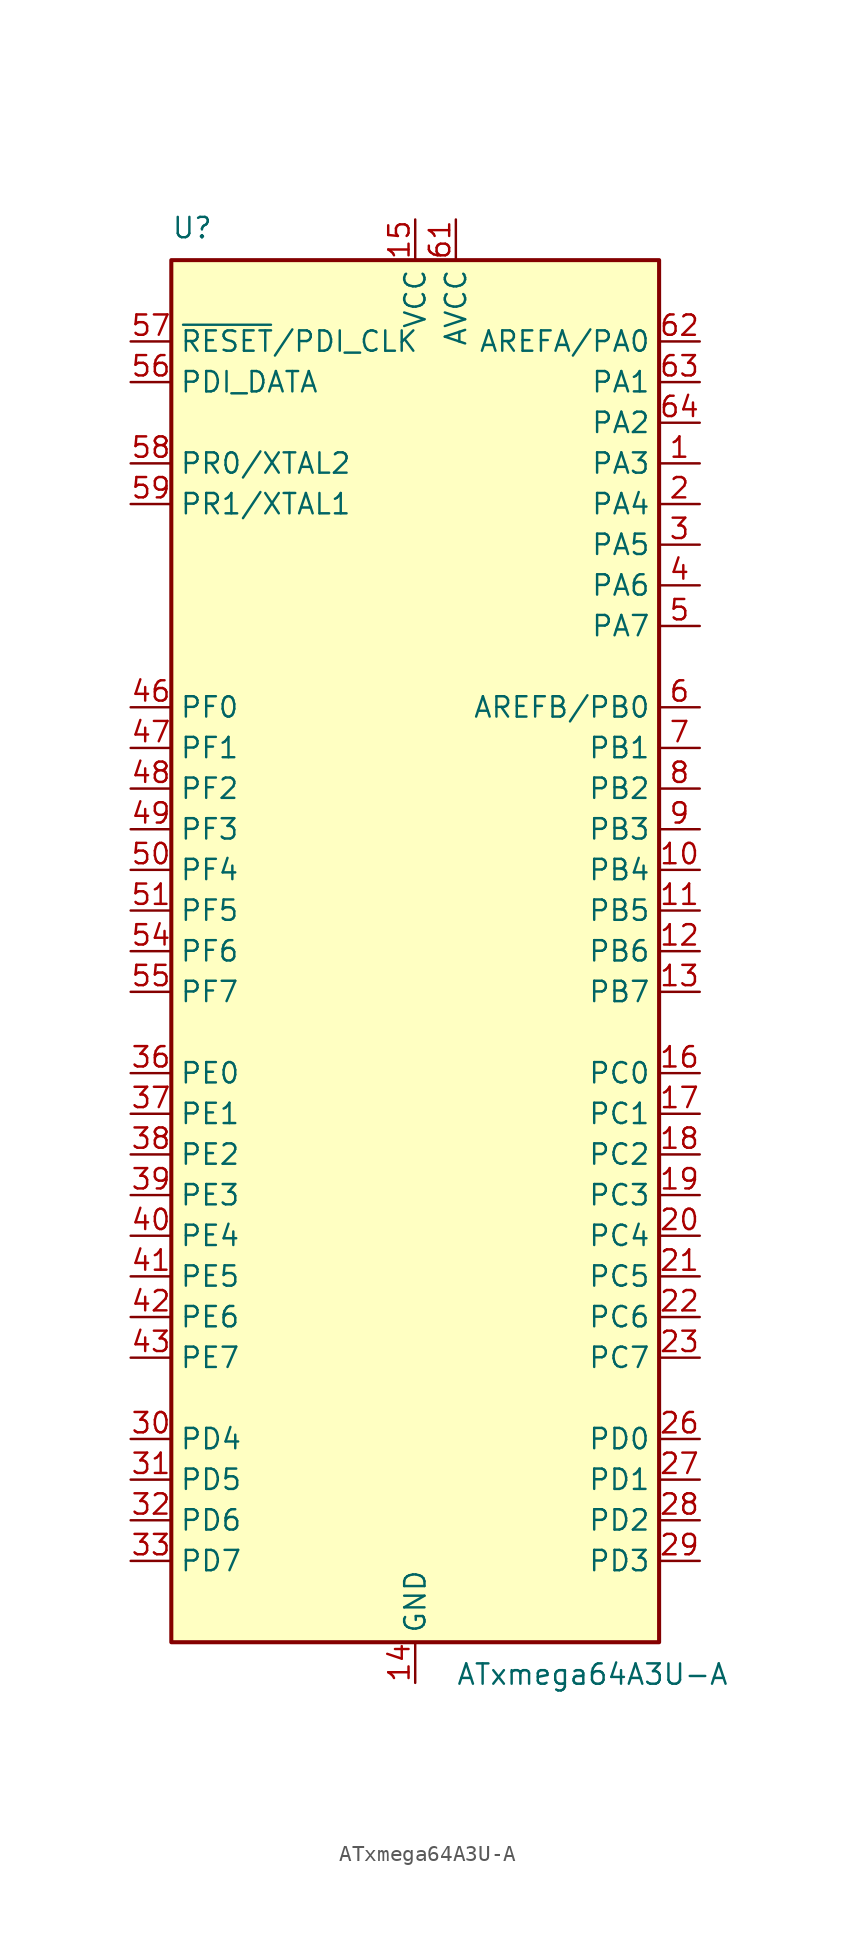
<source format=kicad_sym>
(kicad_symbol_lib
  (version 20231120)
  (generator "kicad_symbol_editor")
  (generator_version "8.0")
  (symbol "ATxmega64A3U-A"
    (property "Reference" "U"
      (at -15.24 44.45 0)
      (effects (font (size 1.27 1.27)) (justify left bottom)))
    (property "Value" "ATxmega64A3U-A"
      (at 2.54 -44.45 0)
      (effects (font (size 1.27 1.27)) (justify left top)))
    (symbol "ATxmega64A3U-A_0_1"
      (rectangle (start -15.24 -43.18) (end 15.24 43.18) (stroke (width 0.254) (type default)) (fill (type background))))
    (symbol "ATxmega64A3U-A_1_1"
      (pin bidirectional line (at 17.78 30.48 180) (length 2.54) (name "PA3" (effects (font (size 1.27 1.27)))) (number "1" (effects (font (size 1.27 1.27)))))
      (pin bidirectional line (at 17.78 5.08 180) (length 2.54) (name "PB4" (effects (font (size 1.27 1.27)))) (number "10" (effects (font (size 1.27 1.27)))))
      (pin bidirectional line (at 17.78 2.54 180) (length 2.54) (name "PB5" (effects (font (size 1.27 1.27)))) (number "11" (effects (font (size 1.27 1.27)))))
      (pin bidirectional line (at 17.78 0 180) (length 2.54) (name "PB6" (effects (font (size 1.27 1.27)))) (number "12" (effects (font (size 1.27 1.27)))))
      (pin bidirectional line (at 17.78 -2.54 180) (length 2.54) (name "PB7" (effects (font (size 1.27 1.27)))) (number "13" (effects (font (size 1.27 1.27)))))
      (pin power_in line (at 0 -45.72 90) (length 2.54) (name "GND" (effects (font (size 1.27 1.27)))) (number "14" (effects (font (size 1.27 1.27)))))
      (pin power_in line (at 0 45.72 270) (length 2.54) (name "VCC" (effects (font (size 1.27 1.27)))) (number "15" (effects (font (size 1.27 1.27)))))
      (pin bidirectional line (at 17.78 -7.62 180) (length 2.54) (name "PC0" (effects (font (size 1.27 1.27)))) (number "16" (effects (font (size 1.27 1.27)))))
      (pin bidirectional line (at 17.78 -10.16 180) (length 2.54) (name "PC1" (effects (font (size 1.27 1.27)))) (number "17" (effects (font (size 1.27 1.27)))))
      (pin bidirectional line (at 17.78 -12.7 180) (length 2.54) (name "PC2" (effects (font (size 1.27 1.27)))) (number "18" (effects (font (size 1.27 1.27)))))
      (pin bidirectional line (at 17.78 -15.24 180) (length 2.54) (name "PC3" (effects (font (size 1.27 1.27)))) (number "19" (effects (font (size 1.27 1.27)))))
      (pin bidirectional line (at 17.78 27.94 180) (length 2.54) (name "PA4" (effects (font (size 1.27 1.27)))) (number "2" (effects (font (size 1.27 1.27)))))
      (pin bidirectional line (at 17.78 -17.78 180) (length 2.54) (name "PC4" (effects (font (size 1.27 1.27)))) (number "20" (effects (font (size 1.27 1.27)))))
      (pin bidirectional line (at 17.78 -20.32 180) (length 2.54) (name "PC5" (effects (font (size 1.27 1.27)))) (number "21" (effects (font (size 1.27 1.27)))))
      (pin bidirectional line (at 17.78 -22.86 180) (length 2.54) (name "PC6" (effects (font (size 1.27 1.27)))) (number "22" (effects (font (size 1.27 1.27)))))
      (pin bidirectional line (at 17.78 -25.4 180) (length 2.54) (name "PC7" (effects (font (size 1.27 1.27)))) (number "23" (effects (font (size 1.27 1.27)))))
      (pin passive line (at 0 -45.72 90) (length 2.54) hide (name "GND" (effects (font (size 1.27 1.27)))) (number "24" (effects (font (size 1.27 1.27)))))
      (pin passive line (at 0 45.72 270) (length 2.54) hide (name "VCC" (effects (font (size 1.27 1.27)))) (number "25" (effects (font (size 1.27 1.27)))))
      (pin bidirectional line (at 17.78 -30.48 180) (length 2.54) (name "PD0" (effects (font (size 1.27 1.27)))) (number "26" (effects (font (size 1.27 1.27)))))
      (pin bidirectional line (at 17.78 -33.02 180) (length 2.54) (name "PD1" (effects (font (size 1.27 1.27)))) (number "27" (effects (font (size 1.27 1.27)))))
      (pin bidirectional line (at 17.78 -35.56 180) (length 2.54) (name "PD2" (effects (font (size 1.27 1.27)))) (number "28" (effects (font (size 1.27 1.27)))))
      (pin bidirectional line (at 17.78 -38.1 180) (length 2.54) (name "PD3" (effects (font (size 1.27 1.27)))) (number "29" (effects (font (size 1.27 1.27)))))
      (pin bidirectional line (at 17.78 25.4 180) (length 2.54) (name "PA5" (effects (font (size 1.27 1.27)))) (number "3" (effects (font (size 1.27 1.27)))))
      (pin bidirectional line (at -17.78 -30.48 0) (length 2.54) (name "PD4" (effects (font (size 1.27 1.27)))) (number "30" (effects (font (size 1.27 1.27)))))
      (pin bidirectional line (at -17.78 -33.02 0) (length 2.54) (name "PD5" (effects (font (size 1.27 1.27)))) (number "31" (effects (font (size 1.27 1.27)))))
      (pin bidirectional line (at -17.78 -35.56 0) (length 2.54) (name "PD6" (effects (font (size 1.27 1.27)))) (number "32" (effects (font (size 1.27 1.27)))))
      (pin bidirectional line (at -17.78 -38.1 0) (length 2.54) (name "PD7" (effects (font (size 1.27 1.27)))) (number "33" (effects (font (size 1.27 1.27)))))
      (pin passive line (at 0 -45.72 90) (length 2.54) hide (name "GND" (effects (font (size 1.27 1.27)))) (number "34" (effects (font (size 1.27 1.27)))))
      (pin passive line (at 0 45.72 270) (length 2.54) hide (name "VCC" (effects (font (size 1.27 1.27)))) (number "35" (effects (font (size 1.27 1.27)))))
      (pin bidirectional line (at -17.78 -7.62 0) (length 2.54) (name "PE0" (effects (font (size 1.27 1.27)))) (number "36" (effects (font (size 1.27 1.27)))))
      (pin bidirectional line (at -17.78 -10.16 0) (length 2.54) (name "PE1" (effects (font (size 1.27 1.27)))) (number "37" (effects (font (size 1.27 1.27)))))
      (pin bidirectional line (at -17.78 -12.7 0) (length 2.54) (name "PE2" (effects (font (size 1.27 1.27)))) (number "38" (effects (font (size 1.27 1.27)))))
      (pin bidirectional line (at -17.78 -15.24 0) (length 2.54) (name "PE3" (effects (font (size 1.27 1.27)))) (number "39" (effects (font (size 1.27 1.27)))))
      (pin bidirectional line (at 17.78 22.86 180) (length 2.54) (name "PA6" (effects (font (size 1.27 1.27)))) (number "4" (effects (font (size 1.27 1.27)))))
      (pin bidirectional line (at -17.78 -17.78 0) (length 2.54) (name "PE4" (effects (font (size 1.27 1.27)))) (number "40" (effects (font (size 1.27 1.27)))))
      (pin bidirectional line (at -17.78 -20.32 0) (length 2.54) (name "PE5" (effects (font (size 1.27 1.27)))) (number "41" (effects (font (size 1.27 1.27)))))
      (pin bidirectional line (at -17.78 -22.86 0) (length 2.54) (name "PE6" (effects (font (size 1.27 1.27)))) (number "42" (effects (font (size 1.27 1.27)))))
      (pin bidirectional line (at -17.78 -25.4 0) (length 2.54) (name "PE7" (effects (font (size 1.27 1.27)))) (number "43" (effects (font (size 1.27 1.27)))))
      (pin passive line (at 0 -45.72 90) (length 2.54) hide (name "GND" (effects (font (size 1.27 1.27)))) (number "44" (effects (font (size 1.27 1.27)))))
      (pin passive line (at 0 45.72 270) (length 2.54) hide (name "VCC" (effects (font (size 1.27 1.27)))) (number "45" (effects (font (size 1.27 1.27)))))
      (pin bidirectional line (at -17.78 15.24 0) (length 2.54) (name "PF0" (effects (font (size 1.27 1.27)))) (number "46" (effects (font (size 1.27 1.27)))))
      (pin bidirectional line (at -17.78 12.7 0) (length 2.54) (name "PF1" (effects (font (size 1.27 1.27)))) (number "47" (effects (font (size 1.27 1.27)))))
      (pin bidirectional line (at -17.78 10.16 0) (length 2.54) (name "PF2" (effects (font (size 1.27 1.27)))) (number "48" (effects (font (size 1.27 1.27)))))
      (pin bidirectional line (at -17.78 7.62 0) (length 2.54) (name "PF3" (effects (font (size 1.27 1.27)))) (number "49" (effects (font (size 1.27 1.27)))))
      (pin bidirectional line (at 17.78 20.32 180) (length 2.54) (name "PA7" (effects (font (size 1.27 1.27)))) (number "5" (effects (font (size 1.27 1.27)))))
      (pin bidirectional line (at -17.78 5.08 0) (length 2.54) (name "PF4" (effects (font (size 1.27 1.27)))) (number "50" (effects (font (size 1.27 1.27)))))
      (pin bidirectional line (at -17.78 2.54 0) (length 2.54) (name "PF5" (effects (font (size 1.27 1.27)))) (number "51" (effects (font (size 1.27 1.27)))))
      (pin passive line (at 0 -45.72 90) (length 2.54) hide (name "GND" (effects (font (size 1.27 1.27)))) (number "52" (effects (font (size 1.27 1.27)))))
      (pin passive line (at 0 45.72 270) (length 2.54) hide (name "VCC" (effects (font (size 1.27 1.27)))) (number "53" (effects (font (size 1.27 1.27)))))
      (pin bidirectional line (at -17.78 0 0) (length 2.54) (name "PF6" (effects (font (size 1.27 1.27)))) (number "54" (effects (font (size 1.27 1.27)))))
      (pin bidirectional line (at -17.78 -2.54 0) (length 2.54) (name "PF7" (effects (font (size 1.27 1.27)))) (number "55" (effects (font (size 1.27 1.27)))))
      (pin bidirectional line (at -17.78 35.56 0) (length 2.54) (name "PDI_DATA" (effects (font (size 1.27 1.27)))) (number "56" (effects (font (size 1.27 1.27)))))
      (pin input line (at -17.78 38.1 0) (length 2.54) (name "~{RESET}/PDI_CLK" (effects (font (size 1.27 1.27)))) (number "57" (effects (font (size 1.27 1.27)))))
      (pin bidirectional line (at -17.78 30.48 0) (length 2.54) (name "PR0/XTAL2" (effects (font (size 1.27 1.27)))) (number "58" (effects (font (size 1.27 1.27)))))
      (pin bidirectional line (at -17.78 27.94 0) (length 2.54) (name "PR1/XTAL1" (effects (font (size 1.27 1.27)))) (number "59" (effects (font (size 1.27 1.27)))))
      (pin bidirectional line (at 17.78 15.24 180) (length 2.54) (name "AREFB/PB0" (effects (font (size 1.27 1.27)))) (number "6" (effects (font (size 1.27 1.27)))))
      (pin passive line (at 0 -45.72 90) (length 2.54) hide (name "GND" (effects (font (size 1.27 1.27)))) (number "60" (effects (font (size 1.27 1.27)))))
      (pin power_in line (at 2.54 45.72 270) (length 2.54) (name "AVCC" (effects (font (size 1.27 1.27)))) (number "61" (effects (font (size 1.27 1.27)))))
      (pin bidirectional line (at 17.78 38.1 180) (length 2.54) (name "AREFA/PA0" (effects (font (size 1.27 1.27)))) (number "62" (effects (font (size 1.27 1.27)))))
      (pin bidirectional line (at 17.78 35.56 180) (length 2.54) (name "PA1" (effects (font (size 1.27 1.27)))) (number "63" (effects (font (size 1.27 1.27)))))
      (pin bidirectional line (at 17.78 33.02 180) (length 2.54) (name "PA2" (effects (font (size 1.27 1.27)))) (number "64" (effects (font (size 1.27 1.27)))))
      (pin bidirectional line (at 17.78 12.7 180) (length 2.54) (name "PB1" (effects (font (size 1.27 1.27)))) (number "7" (effects (font (size 1.27 1.27)))))
      (pin bidirectional line (at 17.78 10.16 180) (length 2.54) (name "PB2" (effects (font (size 1.27 1.27)))) (number "8" (effects (font (size 1.27 1.27)))))
      (pin bidirectional line (at 17.78 7.62 180) (length 2.54) (name "PB3" (effects (font (size 1.27 1.27)))) (number "9" (effects (font (size 1.27 1.27))))))))
</source>
